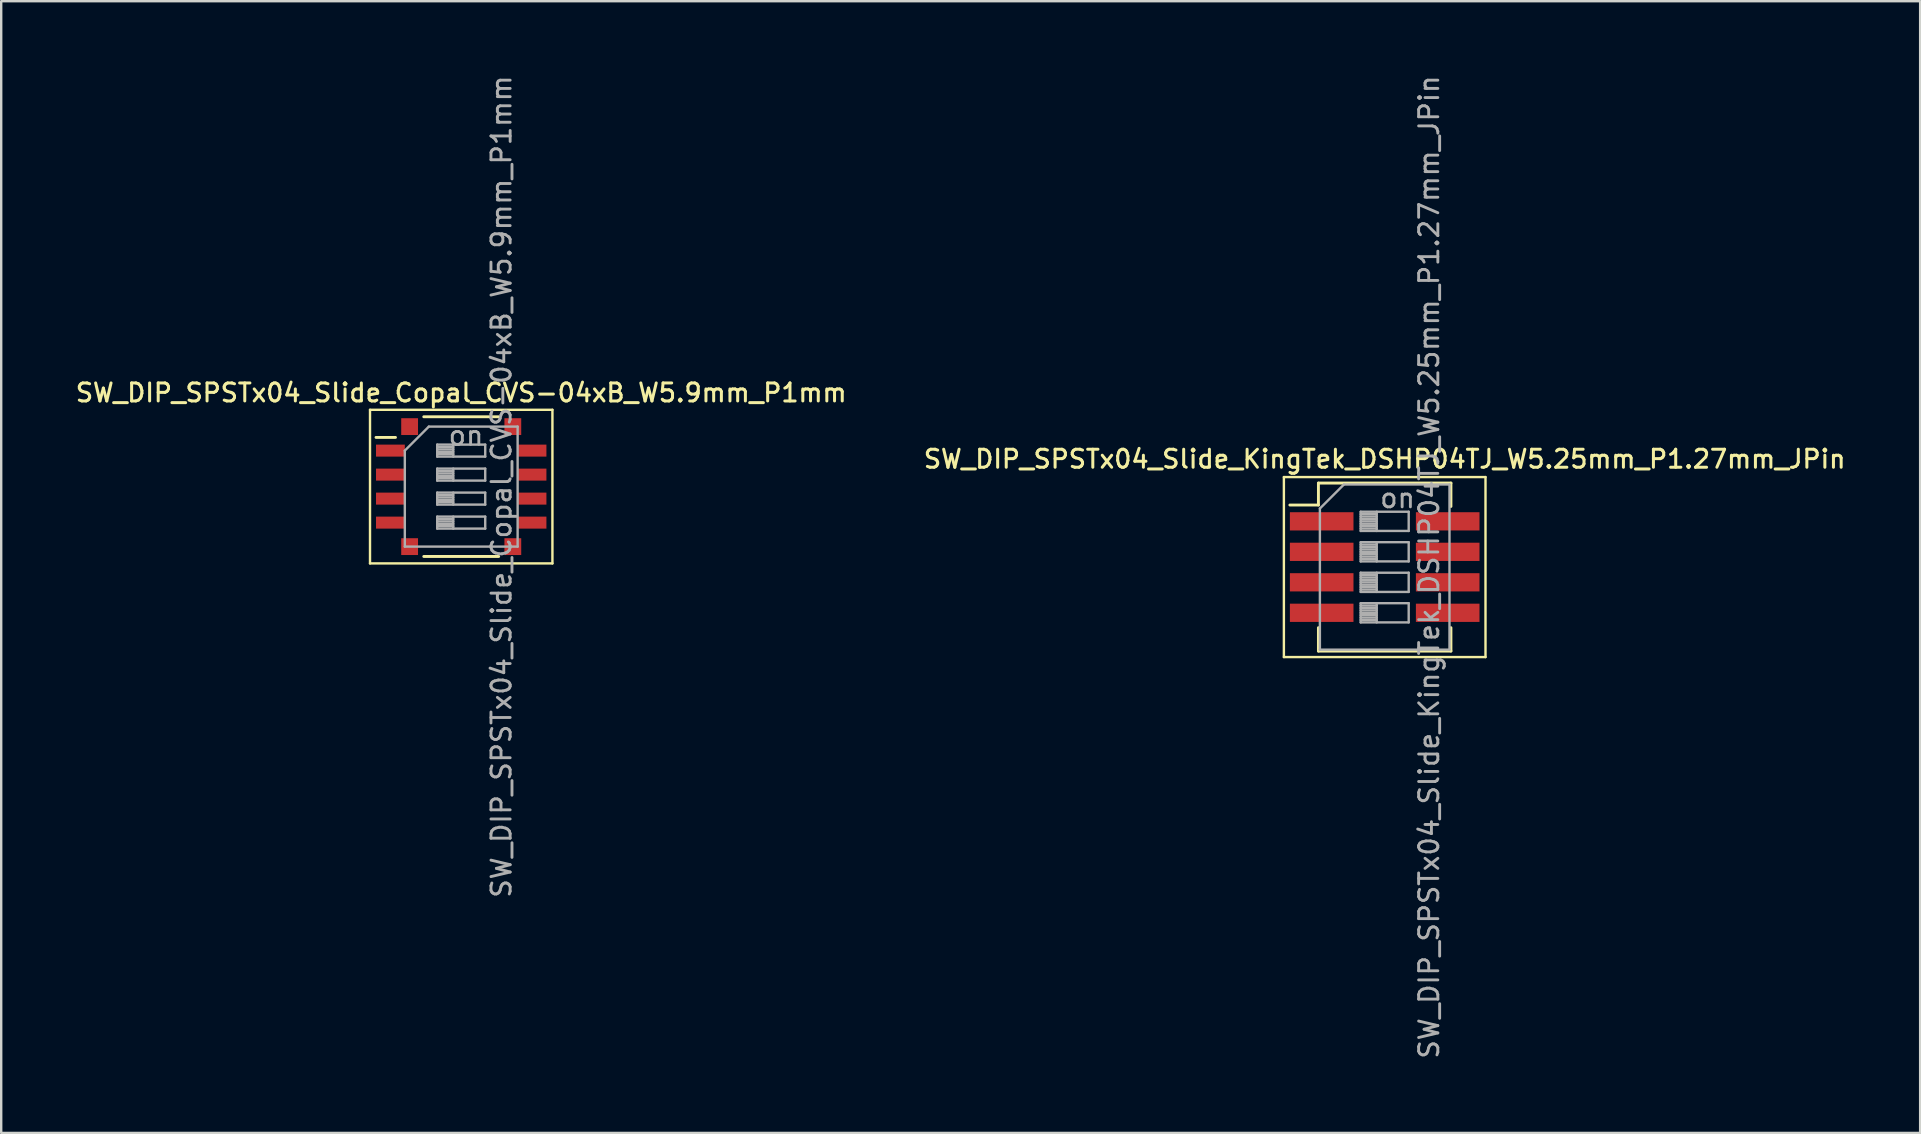
<source format=kicad_pcb>
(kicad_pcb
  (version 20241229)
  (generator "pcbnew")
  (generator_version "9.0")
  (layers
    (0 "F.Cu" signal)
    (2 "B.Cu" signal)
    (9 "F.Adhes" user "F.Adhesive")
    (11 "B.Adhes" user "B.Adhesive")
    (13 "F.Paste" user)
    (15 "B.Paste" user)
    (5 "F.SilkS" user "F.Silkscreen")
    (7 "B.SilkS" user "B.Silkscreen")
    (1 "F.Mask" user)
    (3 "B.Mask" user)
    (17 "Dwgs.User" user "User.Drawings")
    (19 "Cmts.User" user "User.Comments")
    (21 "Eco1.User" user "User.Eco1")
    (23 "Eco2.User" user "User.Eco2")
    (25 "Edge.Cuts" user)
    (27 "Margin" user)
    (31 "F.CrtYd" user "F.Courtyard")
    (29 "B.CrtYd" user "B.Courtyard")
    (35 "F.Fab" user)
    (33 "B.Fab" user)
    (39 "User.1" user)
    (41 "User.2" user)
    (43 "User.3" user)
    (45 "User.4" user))
  (footprint "SW_DIP_SPSTx04_Slide_Copal_CVS-04xB_W5.9mm_P1mm"
    (layer "F.Cu")
    (at 16.166 17.224)
    (property "Reference" "SW_DIP_SPSTx04_Slide_Copal_CVS-04xB_W5.9mm_P1mm" (at 0 -3.91 0) (layer "F.SilkS") (effects (font (size 0.75 0.75) (thickness 0.125))))
    (attr smd)
    (fp_line (start -3.8 -3.2) (end -3.8 3.2) (stroke (width 0.1) (type solid)) (layer "F.SilkS"))
    (fp_line (start -3.8 3.2) (end 3.8 3.2) (stroke (width 0.1) (type solid)) (layer "F.SilkS"))
    (fp_line (start -3.55 -2.05) (end -2.739 -2.05) (stroke (width 0.12) (type solid)) (layer "F.SilkS"))
    (fp_line (start -1.56 -2.91) (end 1.561 -2.91) (stroke (width 0.12) (type solid)) (layer "F.SilkS"))
    (fp_line (start -1.56 2.91) (end 1.561 2.91) (stroke (width 0.12) (type solid)) (layer "F.SilkS"))
    (fp_line (start 3.8 -3.2) (end -3.8 -3.2) (stroke (width 0.1) (type solid)) (layer "F.SilkS"))
    (fp_line (start 3.8 3.2) (end 3.8 -3.2) (stroke (width 0.1) (type solid)) (layer "F.SilkS"))
    (fp_line (start -2.35 -1.5) (end -1.35 -2.5) (stroke (width 0.1) (type solid)) (layer "F.Fab"))
    (fp_line (start -2.35 2.5) (end -2.35 -1.5) (stroke (width 0.1) (type solid)) (layer "F.Fab"))
    (fp_line (start -1.35 -2.5) (end 2.35 -2.5) (stroke (width 0.1) (type solid)) (layer "F.Fab"))
    (fp_line (start -1 -1.75) (end -1 -1.25) (stroke (width 0.1) (type solid)) (layer "F.Fab"))
    (fp_line (start -1 -1.65) (end -0.333 -1.65) (stroke (width 0.1) (type solid)) (layer "F.Fab"))
    (fp_line (start -1 -1.55) (end -0.333 -1.55) (stroke (width 0.1) (type solid)) (layer "F.Fab"))
    (fp_line (start -1 -1.45) (end -0.333 -1.45) (stroke (width 0.1) (type solid)) (layer "F.Fab"))
    (fp_line (start -1 -1.35) (end -0.333 -1.35) (stroke (width 0.1) (type solid)) (layer "F.Fab"))
    (fp_line (start -1 -1.25) (end 1 -1.25) (stroke (width 0.1) (type solid)) (layer "F.Fab"))
    (fp_line (start -1 -0.75) (end -1 -0.25) (stroke (width 0.1) (type solid)) (layer "F.Fab"))
    (fp_line (start -1 -0.65) (end -0.333 -0.65) (stroke (width 0.1) (type solid)) (layer "F.Fab"))
    (fp_line (start -1 -0.55) (end -0.333 -0.55) (stroke (width 0.1) (type solid)) (layer "F.Fab"))
    (fp_line (start -1 -0.45) (end -0.333 -0.45) (stroke (width 0.1) (type solid)) (layer "F.Fab"))
    (fp_line (start -1 -0.35) (end -0.333 -0.35) (stroke (width 0.1) (type solid)) (layer "F.Fab"))
    (fp_line (start -1 -0.25) (end 1 -0.25) (stroke (width 0.1) (type solid)) (layer "F.Fab"))
    (fp_line (start -1 0.25) (end -1 0.75) (stroke (width 0.1) (type solid)) (layer "F.Fab"))
    (fp_line (start -1 0.35) (end -0.333 0.35) (stroke (width 0.1) (type solid)) (layer "F.Fab"))
    (fp_line (start -1 0.45) (end -0.333 0.45) (stroke (width 0.1) (type solid)) (layer "F.Fab"))
    (fp_line (start -1 0.55) (end -0.333 0.55) (stroke (width 0.1) (type solid)) (layer "F.Fab"))
    (fp_line (start -1 0.65) (end -0.333 0.65) (stroke (width 0.1) (type solid)) (layer "F.Fab"))
    (fp_line (start -1 0.75) (end 1 0.75) (stroke (width 0.1) (type solid)) (layer "F.Fab"))
    (fp_line (start -1 1.25) (end -1 1.75) (stroke (width 0.1) (type solid)) (layer "F.Fab"))
    (fp_line (start -1 1.35) (end -0.333 1.35) (stroke (width 0.1) (type solid)) (layer "F.Fab"))
    (fp_line (start -1 1.45) (end -0.333 1.45) (stroke (width 0.1) (type solid)) (layer "F.Fab"))
    (fp_line (start -1 1.55) (end -0.333 1.55) (stroke (width 0.1) (type solid)) (layer "F.Fab"))
    (fp_line (start -1 1.65) (end -0.333 1.65) (stroke (width 0.1) (type solid)) (layer "F.Fab"))
    (fp_line (start -1 1.75) (end 1 1.75) (stroke (width 0.1) (type solid)) (layer "F.Fab"))
    (fp_line (start -0.333 -1.75) (end -0.333 -1.25) (stroke (width 0.1) (type solid)) (layer "F.Fab"))
    (fp_line (start -0.333 -0.75) (end -0.333 -0.25) (stroke (width 0.1) (type solid)) (layer "F.Fab"))
    (fp_line (start -0.333 0.25) (end -0.333 0.75) (stroke (width 0.1) (type solid)) (layer "F.Fab"))
    (fp_line (start -0.333 1.25) (end -0.333 1.75) (stroke (width 0.1) (type solid)) (layer "F.Fab"))
    (fp_line (start 1 -1.75) (end -1 -1.75) (stroke (width 0.1) (type solid)) (layer "F.Fab"))
    (fp_line (start 1 -1.25) (end 1 -1.75) (stroke (width 0.1) (type solid)) (layer "F.Fab"))
    (fp_line (start 1 -0.75) (end -1 -0.75) (stroke (width 0.1) (type solid)) (layer "F.Fab"))
    (fp_line (start 1 -0.25) (end 1 -0.75) (stroke (width 0.1) (type solid)) (layer "F.Fab"))
    (fp_line (start 1 0.25) (end -1 0.25) (stroke (width 0.1) (type solid)) (layer "F.Fab"))
    (fp_line (start 1 0.75) (end 1 0.25) (stroke (width 0.1) (type solid)) (layer "F.Fab"))
    (fp_line (start 1 1.25) (end -1 1.25) (stroke (width 0.1) (type solid)) (layer "F.Fab"))
    (fp_line (start 1 1.75) (end 1 1.25) (stroke (width 0.1) (type solid)) (layer "F.Fab"))
    (fp_line (start 2.35 -2.5) (end 2.35 2.5) (stroke (width 0.1) (type solid)) (layer "F.Fab"))
    (fp_line (start 2.35 2.5) (end -2.35 2.5) (stroke (width 0.1) (type solid)) (layer "F.Fab"))
    (fp_text user "${REFERENCE}" (at 1.675 0 90) (layer "F.Fab") (effects (font (size 0.8 0.8) (thickness 0.12))))
    (fp_text user "on" (at 0.2 -2.125 0) (layer "F.Fab") (effects (font (size 0.8 0.8) (thickness 0.12))))
    (pad "1" smd rect (at -2.95 -1.5) (size 1.2 0.5) (layers "F.Cu" "F.Mask" "F.Paste"))
    (pad "2" smd rect (at -2.95 -0.5) (size 1.2 0.5) (layers "F.Cu" "F.Mask" "F.Paste"))
    (pad "3" smd rect (at -2.95 0.5) (size 1.2 0.5) (layers "F.Cu" "F.Mask" "F.Paste"))
    (pad "4" smd rect (at -2.95 1.5) (size 1.2 0.5) (layers "F.Cu" "F.Mask" "F.Paste"))
    (pad "5" smd rect (at 2.95 1.5) (size 1.2 0.5) (layers "F.Cu" "F.Mask" "F.Paste"))
    (pad "6" smd rect (at 2.95 0.5) (size 1.2 0.5) (layers "F.Cu" "F.Mask" "F.Paste"))
    (pad "7" smd rect (at 2.95 -0.5) (size 1.2 0.5) (layers "F.Cu" "F.Mask" "F.Paste"))
    (pad "8" smd rect (at 2.95 -1.5) (size 1.2 0.5) (layers "F.Cu" "F.Mask" "F.Paste"))
    (pad "9" smd rect (at -2.15 -2.5) (size 0.7 0.7) (layers "F.Cu" "F.Mask" "F.Paste"))
    (pad "9" smd rect (at -2.15 2.5) (size 0.7 0.7) (layers "F.Cu" "F.Mask" "F.Paste"))
    (pad "9" smd rect (at 2.15 -2.5) (size 0.7 0.7) (layers "F.Cu" "F.Mask" "F.Paste"))
    (pad "9" smd rect (at 2.15 2.5) (size 0.7 0.7) (layers "F.Cu" "F.Mask" "F.Paste")))
  (footprint "SW_DIP_SPSTx04_Slide_KingTek_DSHP04TJ_W5.25mm_P1.27mm_JPin"
    (layer "F.Cu")
    (at 54.641 20.576)
    (property "Reference" "SW_DIP_SPSTx04_Slide_KingTek_DSHP04TJ_W5.25mm_P1.27mm_JPin" (at 0 -4.5 0) (layer "F.SilkS") (effects (font (size 0.75 0.75) (thickness 0.125))))
    (attr smd)
    (fp_line (start -4.2 -3.75) (end -4.2 3.75) (stroke (width 0.1) (type solid)) (layer "F.SilkS"))
    (fp_line (start -4.2 3.75) (end 4.2 3.75) (stroke (width 0.1) (type solid)) (layer "F.SilkS"))
    (fp_line (start -3.951 -2.585) (end -2.761 -2.585) (stroke (width 0.12) (type solid)) (layer "F.SilkS"))
    (fp_line (start -2.761 -3.5) (end -2.761 -2.585) (stroke (width 0.12) (type solid)) (layer "F.SilkS"))
    (fp_line (start -2.761 -3.5) (end 2.76 -3.5) (stroke (width 0.12) (type solid)) (layer "F.SilkS"))
    (fp_line (start -2.761 2.525) (end -2.761 3.5) (stroke (width 0.12) (type solid)) (layer "F.SilkS"))
    (fp_line (start -2.761 3.5) (end 2.76 3.5) (stroke (width 0.12) (type solid)) (layer "F.SilkS"))
    (fp_line (start 2.76 -3.5) (end 2.76 -2.525) (stroke (width 0.12) (type solid)) (layer "F.SilkS"))
    (fp_line (start 2.76 2.525) (end 2.76 3.5) (stroke (width 0.12) (type solid)) (layer "F.SilkS"))
    (fp_line (start 4.2 -3.75) (end -4.2 -3.75) (stroke (width 0.1) (type solid)) (layer "F.SilkS"))
    (fp_line (start 4.2 3.75) (end 4.2 -3.75) (stroke (width 0.1) (type solid)) (layer "F.SilkS"))
    (fp_line (start -2.7 -2.44) (end -1.7 -3.44) (stroke (width 0.1) (type solid)) (layer "F.Fab"))
    (fp_line (start -2.7 3.44) (end -2.7 -2.44) (stroke (width 0.1) (type solid)) (layer "F.Fab"))
    (fp_line (start -1.7 -3.44) (end 2.7 -3.44) (stroke (width 0.1) (type solid)) (layer "F.Fab"))
    (fp_line (start -1 -2.305) (end -1 -1.505) (stroke (width 0.1) (type solid)) (layer "F.Fab"))
    (fp_line (start -1 -2.205) (end -0.333 -2.205) (stroke (width 0.1) (type solid)) (layer "F.Fab"))
    (fp_line (start -1 -2.105) (end -0.333 -2.105) (stroke (width 0.1) (type solid)) (layer "F.Fab"))
    (fp_line (start -1 -2.005) (end -0.333 -2.005) (stroke (width 0.1) (type solid)) (layer "F.Fab"))
    (fp_line (start -1 -1.905) (end -0.333 -1.905) (stroke (width 0.1) (type solid)) (layer "F.Fab"))
    (fp_line (start -1 -1.805) (end -0.333 -1.805) (stroke (width 0.1) (type solid)) (layer "F.Fab"))
    (fp_line (start -1 -1.705) (end -0.333 -1.705) (stroke (width 0.1) (type solid)) (layer "F.Fab"))
    (fp_line (start -1 -1.605) (end -0.333 -1.605) (stroke (width 0.1) (type solid)) (layer "F.Fab"))
    (fp_line (start -1 -1.505) (end 1 -1.505) (stroke (width 0.1) (type solid)) (layer "F.Fab"))
    (fp_line (start -1 -1.035) (end -1 -0.235) (stroke (width 0.1) (type solid)) (layer "F.Fab"))
    (fp_line (start -1 -0.935) (end -0.333 -0.935) (stroke (width 0.1) (type solid)) (layer "F.Fab"))
    (fp_line (start -1 -0.835) (end -0.333 -0.835) (stroke (width 0.1) (type solid)) (layer "F.Fab"))
    (fp_line (start -1 -0.735) (end -0.333 -0.735) (stroke (width 0.1) (type solid)) (layer "F.Fab"))
    (fp_line (start -1 -0.635) (end -0.333 -0.635) (stroke (width 0.1) (type solid)) (layer "F.Fab"))
    (fp_line (start -1 -0.535) (end -0.333 -0.535) (stroke (width 0.1) (type solid)) (layer "F.Fab"))
    (fp_line (start -1 -0.435) (end -0.333 -0.435) (stroke (width 0.1) (type solid)) (layer "F.Fab"))
    (fp_line (start -1 -0.335) (end -0.333 -0.335) (stroke (width 0.1) (type solid)) (layer "F.Fab"))
    (fp_line (start -1 -0.235) (end 1 -0.235) (stroke (width 0.1) (type solid)) (layer "F.Fab"))
    (fp_line (start -1 0.235) (end -1 1.035) (stroke (width 0.1) (type solid)) (layer "F.Fab"))
    (fp_line (start -1 0.335) (end -0.333 0.335) (stroke (width 0.1) (type solid)) (layer "F.Fab"))
    (fp_line (start -1 0.435) (end -0.333 0.435) (stroke (width 0.1) (type solid)) (layer "F.Fab"))
    (fp_line (start -1 0.535) (end -0.333 0.535) (stroke (width 0.1) (type solid)) (layer "F.Fab"))
    (fp_line (start -1 0.635) (end -0.333 0.635) (stroke (width 0.1) (type solid)) (layer "F.Fab"))
    (fp_line (start -1 0.735) (end -0.333 0.735) (stroke (width 0.1) (type solid)) (layer "F.Fab"))
    (fp_line (start -1 0.835) (end -0.333 0.835) (stroke (width 0.1) (type solid)) (layer "F.Fab"))
    (fp_line (start -1 0.935) (end -0.333 0.935) (stroke (width 0.1) (type solid)) (layer "F.Fab"))
    (fp_line (start -1 1.035) (end 1 1.035) (stroke (width 0.1) (type solid)) (layer "F.Fab"))
    (fp_line (start -1 1.505) (end -1 2.305) (stroke (width 0.1) (type solid)) (layer "F.Fab"))
    (fp_line (start -1 1.605) (end -0.333 1.605) (stroke (width 0.1) (type solid)) (layer "F.Fab"))
    (fp_line (start -1 1.705) (end -0.333 1.705) (stroke (width 0.1) (type solid)) (layer "F.Fab"))
    (fp_line (start -1 1.805) (end -0.333 1.805) (stroke (width 0.1) (type solid)) (layer "F.Fab"))
    (fp_line (start -1 1.905) (end -0.333 1.905) (stroke (width 0.1) (type solid)) (layer "F.Fab"))
    (fp_line (start -1 2.005) (end -0.333 2.005) (stroke (width 0.1) (type solid)) (layer "F.Fab"))
    (fp_line (start -1 2.105) (end -0.333 2.105) (stroke (width 0.1) (type solid)) (layer "F.Fab"))
    (fp_line (start -1 2.205) (end -0.333 2.205) (stroke (width 0.1) (type solid)) (layer "F.Fab"))
    (fp_line (start -1 2.305) (end 1 2.305) (stroke (width 0.1) (type solid)) (layer "F.Fab"))
    (fp_line (start -0.333 -2.305) (end -0.333 -1.505) (stroke (width 0.1) (type solid)) (layer "F.Fab"))
    (fp_line (start -0.333 -1.035) (end -0.333 -0.235) (stroke (width 0.1) (type solid)) (layer "F.Fab"))
    (fp_line (start -0.333 0.235) (end -0.333 1.035) (stroke (width 0.1) (type solid)) (layer "F.Fab"))
    (fp_line (start -0.333 1.505) (end -0.333 2.305) (stroke (width 0.1) (type solid)) (layer "F.Fab"))
    (fp_line (start 1 -2.305) (end -1 -2.305) (stroke (width 0.1) (type solid)) (layer "F.Fab"))
    (fp_line (start 1 -1.505) (end 1 -2.305) (stroke (width 0.1) (type solid)) (layer "F.Fab"))
    (fp_line (start 1 -1.035) (end -1 -1.035) (stroke (width 0.1) (type solid)) (layer "F.Fab"))
    (fp_line (start 1 -0.235) (end 1 -1.035) (stroke (width 0.1) (type solid)) (layer "F.Fab"))
    (fp_line (start 1 0.235) (end -1 0.235) (stroke (width 0.1) (type solid)) (layer "F.Fab"))
    (fp_line (start 1 1.035) (end 1 0.235) (stroke (width 0.1) (type solid)) (layer "F.Fab"))
    (fp_line (start 1 1.505) (end -1 1.505) (stroke (width 0.1) (type solid)) (layer "F.Fab"))
    (fp_line (start 1 2.305) (end 1 1.505) (stroke (width 0.1) (type solid)) (layer "F.Fab"))
    (fp_line (start 2.7 -3.44) (end 2.7 3.44) (stroke (width 0.1) (type solid)) (layer "F.Fab"))
    (fp_line (start 2.7 3.44) (end -2.7 3.44) (stroke (width 0.1) (type solid)) (layer "F.Fab"))
    (fp_text user "on" (at 0.537 -2.873 0) (layer "F.Fab") (effects (font (size 0.8 0.8) (thickness 0.12))))
    (fp_text user "${REFERENCE}" (at 1.85 0 90) (layer "F.Fab") (effects (font (size 0.8 0.8) (thickness 0.12))))
    (pad "1" smd rect (at -2.625 -1.905) (size 2.65 0.76) (layers "F.Cu" "F.Mask" "F.Paste"))
    (pad "2" smd rect (at -2.625 -0.635) (size 2.65 0.76) (layers "F.Cu" "F.Mask" "F.Paste"))
    (pad "3" smd rect (at -2.625 0.635) (size 2.65 0.76) (layers "F.Cu" "F.Mask" "F.Paste"))
    (pad "4" smd rect (at -2.625 1.905) (size 2.65 0.76) (layers "F.Cu" "F.Mask" "F.Paste"))
    (pad "5" smd rect (at 2.625 1.905) (size 2.65 0.76) (layers "F.Cu" "F.Mask" "F.Paste"))
    (pad "6" smd rect (at 2.625 0.635) (size 2.65 0.76) (layers "F.Cu" "F.Mask" "F.Paste"))
    (pad "7" smd rect (at 2.625 -0.635) (size 2.65 0.76) (layers "F.Cu" "F.Mask" "F.Paste"))
    (pad "8" smd rect (at 2.625 -1.905) (size 2.65 0.76) (layers "F.Cu" "F.Mask" "F.Paste")))
  (gr_rect
    (start -3 -3)
    (end 76.95 44.152)
    (stroke (width 0.1) (type default))
    (fill no)
    (layer "Edge.Cuts")))
</source>
